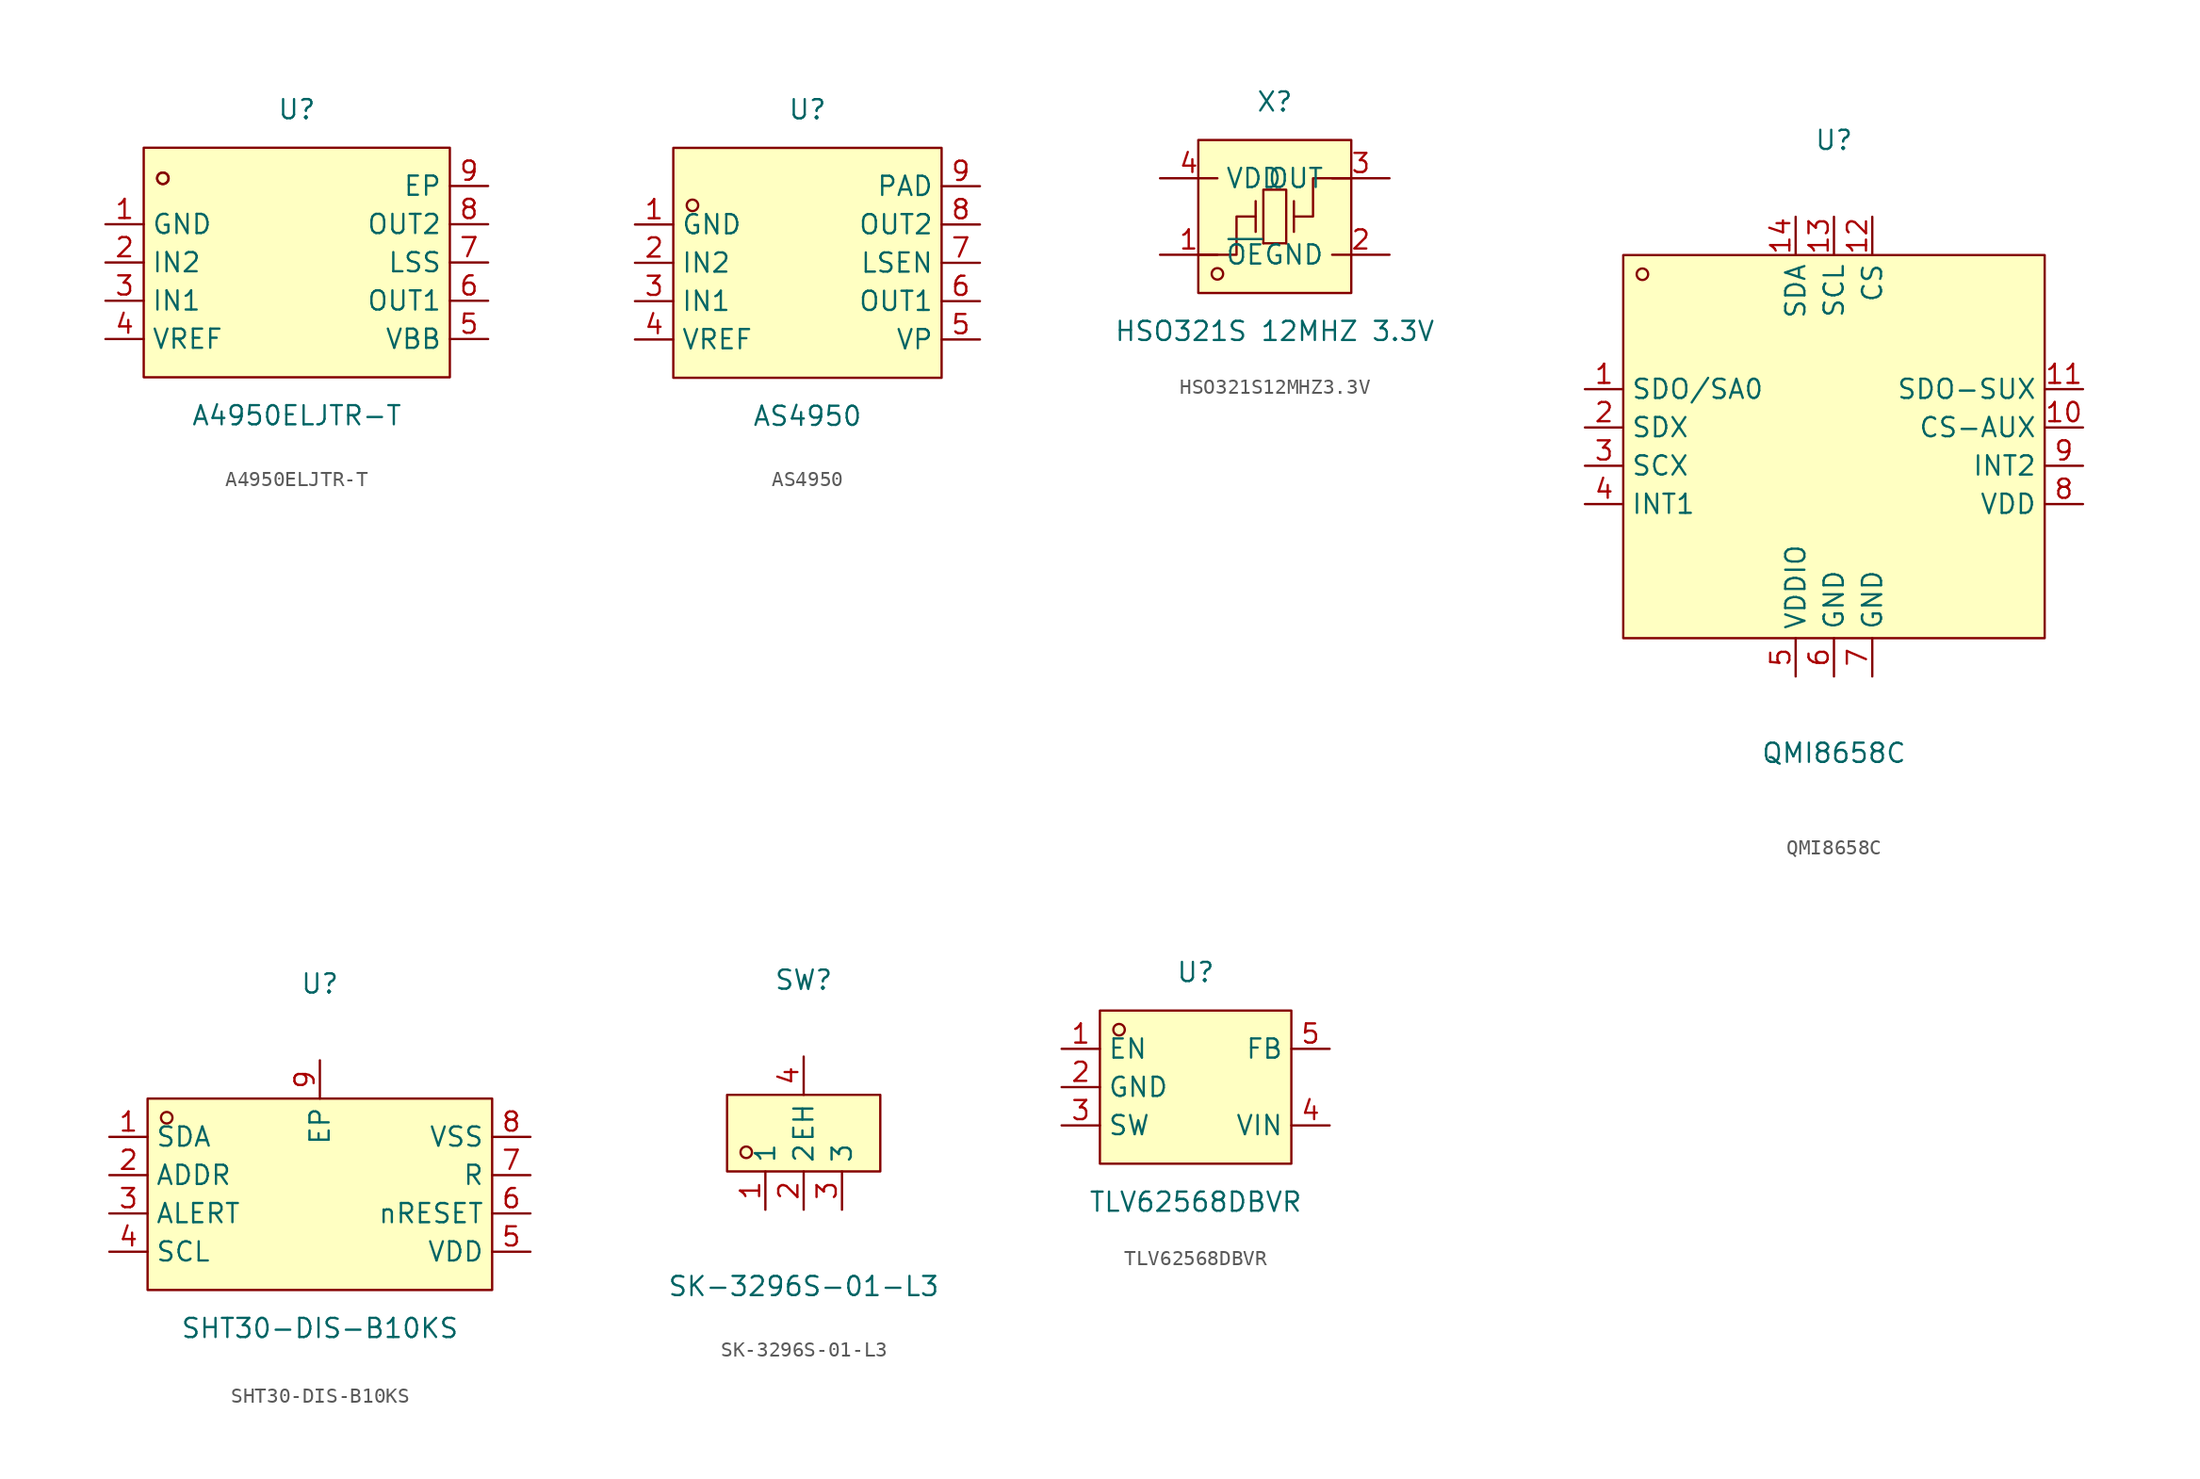
<source format=kicad_sym>
(kicad_symbol_lib
  (version 20211014)
  (generator https://github.com/uPesy/easyeda2kicad.py)
  (symbol "A4950ELJTR-T"
    (property "Reference" "U"
      (at 0 10.16 0)
      (effects (font (size 1.27 1.27))))
    (property "Value" "A4950ELJTR-T"
      (at 0 -10.16 0)
      (effects (font (size 1.27 1.27))))
    (symbol "A4950ELJTR-T_0_1"
      (rectangle (start -10.16 7.62) (end 10.16 -7.62) (stroke (width 0) (type default) (color 0 0 0 0)) (fill (type background)))
      (circle (center -8.89 5.59) (radius 0.38) (stroke (width 0) (type default) (color 0 0 0 0)) (fill (type none)))
      (circle (center -8.89 5.59) (radius 0.38) (stroke (width 0) (type default) (color 0 0 0 0)) (fill (type none)))
      (pin unspecified line (at -12.70 2.54 0) (length 2.54) (name "GND" (effects (font (size 1.27 1.27)))) (number "1" (effects (font (size 1.27 1.27)))))
      (pin unspecified line (at -12.70 -0.00 0) (length 2.54) (name "IN2" (effects (font (size 1.27 1.27)))) (number "2" (effects (font (size 1.27 1.27)))))
      (pin unspecified line (at -12.70 -2.54 0) (length 2.54) (name "IN1" (effects (font (size 1.27 1.27)))) (number "3" (effects (font (size 1.27 1.27)))))
      (pin unspecified line (at -12.70 -5.08 0) (length 2.54) (name "VREF" (effects (font (size 1.27 1.27)))) (number "4" (effects (font (size 1.27 1.27)))))
      (pin unspecified line (at 12.70 -5.08 180) (length 2.54) (name "VBB" (effects (font (size 1.27 1.27)))) (number "5" (effects (font (size 1.27 1.27)))))
      (pin unspecified line (at 12.70 -2.54 180) (length 2.54) (name "OUT1" (effects (font (size 1.27 1.27)))) (number "6" (effects (font (size 1.27 1.27)))))
      (pin unspecified line (at 12.70 -0.00 180) (length 2.54) (name "LSS" (effects (font (size 1.27 1.27)))) (number "7" (effects (font (size 1.27 1.27)))))
      (pin unspecified line (at 12.70 2.54 180) (length 2.54) (name "OUT2" (effects (font (size 1.27 1.27)))) (number "8" (effects (font (size 1.27 1.27)))))
      (pin unspecified line (at 12.70 5.08 180) (length 2.54) (name "EP" (effects (font (size 1.27 1.27)))) (number "9" (effects (font (size 1.27 1.27)))))))
  (symbol "AS4950"
    (property "Reference" "U"
      (at 0 10.16 0)
      (effects (font (size 1.27 1.27))))
    (property "Value" "AS4950"
      (at 0 -10.16 0)
      (effects (font (size 1.27 1.27))))
    (symbol "AS4950_0_1"
      (rectangle (start -8.89 7.62) (end 8.89 -7.62) (stroke (width 0) (type default) (color 0 0 0 0)) (fill (type background)))
      (circle (center -7.62 3.81) (radius 0.38) (stroke (width 0) (type default) (color 0 0 0 0)) (fill (type none)))
      (pin unspecified line (at -11.43 2.54 0) (length 2.54) (name "GND" (effects (font (size 1.27 1.27)))) (number "1" (effects (font (size 1.27 1.27)))))
      (pin unspecified line (at -11.43 -0.00 0) (length 2.54) (name "IN2" (effects (font (size 1.27 1.27)))) (number "2" (effects (font (size 1.27 1.27)))))
      (pin unspecified line (at -11.43 -2.54 0) (length 2.54) (name "IN1" (effects (font (size 1.27 1.27)))) (number "3" (effects (font (size 1.27 1.27)))))
      (pin unspecified line (at -11.43 -5.08 0) (length 2.54) (name "VREF" (effects (font (size 1.27 1.27)))) (number "4" (effects (font (size 1.27 1.27)))))
      (pin unspecified line (at 11.43 -5.08 180) (length 2.54) (name "VP" (effects (font (size 1.27 1.27)))) (number "5" (effects (font (size 1.27 1.27)))))
      (pin unspecified line (at 11.43 -2.54 180) (length 2.54) (name "OUT1" (effects (font (size 1.27 1.27)))) (number "6" (effects (font (size 1.27 1.27)))))
      (pin unspecified line (at 11.43 -0.00 180) (length 2.54) (name "LSEN" (effects (font (size 1.27 1.27)))) (number "7" (effects (font (size 1.27 1.27)))))
      (pin unspecified line (at 11.43 2.54 180) (length 2.54) (name "OUT2" (effects (font (size 1.27 1.27)))) (number "8" (effects (font (size 1.27 1.27)))))
      (pin unspecified line (at 11.43 5.08 180) (length 2.54) (name "PAD" (effects (font (size 1.27 1.27)))) (number "9" (effects (font (size 1.27 1.27)))))))
  (symbol "HSO321S12MHZ3.3V"
    (property "Reference" "X"
      (at 0 7.62 0)
      (effects (font (size 1.27 1.27))))
    (property "Value" "HSO321S 12MHZ 3.3V"
      (at 0 -7.62 0)
      (effects (font (size 1.27 1.27))))
    (symbol "HSO321S12MHZ3.3V_0_1"
      (rectangle (start -5.08 5.08) (end 5.08 -5.08) (stroke (width 0) (type default) (color 0 0 0 0)) (fill (type background)))
      (circle (center -3.81 -3.81) (radius 0.38) (stroke (width 0) (type default) (color 0 0 0 0)) (fill (type none)))
      (polyline (pts (xy -1.27 -1.02) (xy -1.27 1.02)) (stroke (width 0) (type default) (color 0 0 0 0)) (fill (type none)))
      (polyline (pts (xy 0.76 -1.78) (xy -0.76 -1.78)) (stroke (width 0) (type default) (color 0 0 0 0)) (fill (type none)))
      (polyline (pts (xy 1.27 -1.02) (xy 1.27 1.02)) (stroke (width 0) (type default) (color 0 0 0 0)) (fill (type none)))
      (polyline (pts (xy -0.76 -1.78) (xy -0.76 1.78) (xy 0.76 1.78) (xy 0.76 -1.78)) (stroke (width 0) (type default) (color 0 0 0 0)) (fill (type none)))
      (polyline (pts (xy -5.08 -2.54) (xy -2.54 -2.54) (xy -2.54 -0.00) (xy -1.27 -0.00)) (stroke (width 0) (type default) (color 0 0 0 0)) (fill (type none)))
      (polyline (pts (xy 5.08 2.54) (xy 2.54 2.54) (xy 2.54 -0.00) (xy 1.27 -0.00)) (stroke (width 0) (type default) (color 0 0 0 0)) (fill (type none)))
      (pin input line (at -7.62 -2.54 0) (length 3.81) (name "~{OE}" (effects (font (size 1.27 1.27)))) (number "1" (effects (font (size 1.27 1.27)))))
      (pin input line (at 7.62 2.54 180) (length 3.81) (name "OUT" (effects (font (size 1.27 1.27)))) (number "3" (effects (font (size 1.27 1.27)))))
      (pin input line (at -7.62 2.54 0) (length 3.81) (name "VDD" (effects (font (size 1.27 1.27)))) (number "4" (effects (font (size 1.27 1.27)))))
      (pin input line (at 7.62 -2.54 180) (length 3.81) (name "GND" (effects (font (size 1.27 1.27)))) (number "2" (effects (font (size 1.27 1.27)))))))
  (symbol "QMI8658C"
    (property "Reference" "U"
      (at 0 20.32 0)
      (effects (font (size 1.27 1.27))))
    (property "Value" "QMI8658C"
      (at 0 -20.32 0)
      (effects (font (size 1.27 1.27))))
    (symbol "QMI8658C_0_1"
      (rectangle (start -13.97 12.70) (end 13.97 -12.70) (stroke (width 0) (type default) (color 0 0 0 0)) (fill (type background)))
      (circle (center -12.70 11.43) (radius 0.38) (stroke (width 0) (type default) (color 0 0 0 0)) (fill (type none)))
      (pin unspecified line (at -16.51 3.81 0) (length 2.54) (name "SDO/SA0" (effects (font (size 1.27 1.27)))) (number "1" (effects (font (size 1.27 1.27)))))
      (pin unspecified line (at -16.51 1.27 0) (length 2.54) (name "SDX" (effects (font (size 1.27 1.27)))) (number "2" (effects (font (size 1.27 1.27)))))
      (pin unspecified line (at -16.51 -1.27 0) (length 2.54) (name "SCX" (effects (font (size 1.27 1.27)))) (number "3" (effects (font (size 1.27 1.27)))))
      (pin unspecified line (at -16.51 -3.81 0) (length 2.54) (name "INT1" (effects (font (size 1.27 1.27)))) (number "4" (effects (font (size 1.27 1.27)))))
      (pin unspecified line (at -2.54 -15.24 90) (length 2.54) (name "VDDIO" (effects (font (size 1.27 1.27)))) (number "5" (effects (font (size 1.27 1.27)))))
      (pin unspecified line (at 0.00 -15.24 90) (length 2.54) (name "GND" (effects (font (size 1.27 1.27)))) (number "6" (effects (font (size 1.27 1.27)))))
      (pin unspecified line (at 2.54 -15.24 90) (length 2.54) (name "GND" (effects (font (size 1.27 1.27)))) (number "7" (effects (font (size 1.27 1.27)))))
      (pin unspecified line (at 16.51 -3.81 180) (length 2.54) (name "VDD" (effects (font (size 1.27 1.27)))) (number "8" (effects (font (size 1.27 1.27)))))
      (pin unspecified line (at 16.51 -1.27 180) (length 2.54) (name "INT2" (effects (font (size 1.27 1.27)))) (number "9" (effects (font (size 1.27 1.27)))))
      (pin unspecified line (at 16.51 1.27 180) (length 2.54) (name "CS-AUX" (effects (font (size 1.27 1.27)))) (number "10" (effects (font (size 1.27 1.27)))))
      (pin unspecified line (at 16.51 3.81 180) (length 2.54) (name "SDO-SUX" (effects (font (size 1.27 1.27)))) (number "11" (effects (font (size 1.27 1.27)))))
      (pin unspecified line (at 2.54 15.24 270) (length 2.54) (name "CS" (effects (font (size 1.27 1.27)))) (number "12" (effects (font (size 1.27 1.27)))))
      (pin unspecified line (at 0.00 15.24 270) (length 2.54) (name "SCL" (effects (font (size 1.27 1.27)))) (number "13" (effects (font (size 1.27 1.27)))))
      (pin unspecified line (at -2.54 15.24 270) (length 2.54) (name "SDA" (effects (font (size 1.27 1.27)))) (number "14" (effects (font (size 1.27 1.27)))))))
  (symbol "SHT30-DIS-B10KS"
    (property "Reference" "U"
      (at 0 13.97 0)
      (effects (font (size 1.27 1.27))))
    (property "Value" "SHT30-DIS-B10KS"
      (at 0 -8.89 0)
      (effects (font (size 1.27 1.27))))
    (symbol "SHT30-DIS-B10KS_0_1"
      (rectangle (start -11.43 6.35) (end 11.43 -6.35) (stroke (width 0) (type default) (color 0 0 0 0)) (fill (type background)))
      (circle (center -10.16 5.08) (radius 0.38) (stroke (width 0) (type default) (color 0 0 0 0)) (fill (type none)))
      (pin unspecified line (at -13.97 3.81 0) (length 2.54) (name "SDA" (effects (font (size 1.27 1.27)))) (number "1" (effects (font (size 1.27 1.27)))))
      (pin unspecified line (at -13.97 1.27 0) (length 2.54) (name "ADDR" (effects (font (size 1.27 1.27)))) (number "2" (effects (font (size 1.27 1.27)))))
      (pin unspecified line (at -13.97 -1.27 0) (length 2.54) (name "ALERT" (effects (font (size 1.27 1.27)))) (number "3" (effects (font (size 1.27 1.27)))))
      (pin unspecified line (at -13.97 -3.81 0) (length 2.54) (name "SCL" (effects (font (size 1.27 1.27)))) (number "4" (effects (font (size 1.27 1.27)))))
      (pin unspecified line (at 13.97 -3.81 180) (length 2.54) (name "VDD" (effects (font (size 1.27 1.27)))) (number "5" (effects (font (size 1.27 1.27)))))
      (pin unspecified line (at 13.97 -1.27 180) (length 2.54) (name "nRESET" (effects (font (size 1.27 1.27)))) (number "6" (effects (font (size 1.27 1.27)))))
      (pin unspecified line (at 13.97 1.27 180) (length 2.54) (name "R" (effects (font (size 1.27 1.27)))) (number "7" (effects (font (size 1.27 1.27)))))
      (pin unspecified line (at 13.97 3.81 180) (length 2.54) (name "VSS" (effects (font (size 1.27 1.27)))) (number "8" (effects (font (size 1.27 1.27)))))
      (pin unspecified line (at 0.00 8.89 270) (length 2.54) (name "EP" (effects (font (size 1.27 1.27)))) (number "9" (effects (font (size 1.27 1.27)))))))
  (symbol "SK-3296S-01-L3"
    (property "Reference" "SW"
      (at 0 10.16 0)
      (effects (font (size 1.27 1.27))))
    (property "Value" "SK-3296S-01-L3"
      (at 0 -10.16 0)
      (effects (font (size 1.27 1.27))))
    (symbol "SK-3296S-01-L3_0_1"
      (rectangle (start -5.08 2.54) (end 5.08 -2.54) (stroke (width 0) (type default) (color 0 0 0 0)) (fill (type background)))
      (circle (center -3.81 -1.27) (radius 0.38) (stroke (width 0) (type default) (color 0 0 0 0)) (fill (type none)))
      (pin unspecified line (at -2.54 -5.08 90) (length 2.54) (name "1" (effects (font (size 1.27 1.27)))) (number "1" (effects (font (size 1.27 1.27)))))
      (pin unspecified line (at 0.00 -5.08 90) (length 2.54) (name "2" (effects (font (size 1.27 1.27)))) (number "2" (effects (font (size 1.27 1.27)))))
      (pin unspecified line (at 2.54 -5.08 90) (length 2.54) (name "3" (effects (font (size 1.27 1.27)))) (number "3" (effects (font (size 1.27 1.27)))))
      (pin unspecified line (at 0.00 5.08 270) (length 2.54) (name "EH" (effects (font (size 1.27 1.27)))) (number "4" (effects (font (size 1.27 1.27)))))))
  (symbol "TLV62568DBVR"
    (property "Reference" "U"
      (at 0 7.62 0)
      (effects (font (size 1.27 1.27))))
    (property "Value" "TLV62568DBVR"
      (at 0 -7.62 0)
      (effects (font (size 1.27 1.27))))
    (symbol "TLV62568DBVR_0_1"
      (rectangle (start -6.35 5.08) (end 6.35 -5.08) (stroke (width 0) (type default) (color 0 0 0 0)) (fill (type background)))
      (circle (center -5.08 3.81) (radius 0.38) (stroke (width 0) (type default) (color 0 0 0 0)) (fill (type none)))
      (pin unspecified line (at -8.89 2.54 0) (length 2.54) (name "EN" (effects (font (size 1.27 1.27)))) (number "1" (effects (font (size 1.27 1.27)))))
      (pin unspecified line (at -8.89 -0.00 0) (length 2.54) (name "GND" (effects (font (size 1.27 1.27)))) (number "2" (effects (font (size 1.27 1.27)))))
      (pin unspecified line (at -8.89 -2.54 0) (length 2.54) (name "SW" (effects (font (size 1.27 1.27)))) (number "3" (effects (font (size 1.27 1.27)))))
      (pin unspecified line (at 8.89 -2.54 180) (length 2.54) (name "VIN" (effects (font (size 1.27 1.27)))) (number "4" (effects (font (size 1.27 1.27)))))
      (pin unspecified line (at 8.89 2.54 180) (length 2.54) (name "FB" (effects (font (size 1.27 1.27)))) (number "5" (effects (font (size 1.27 1.27))))))))
</source>
